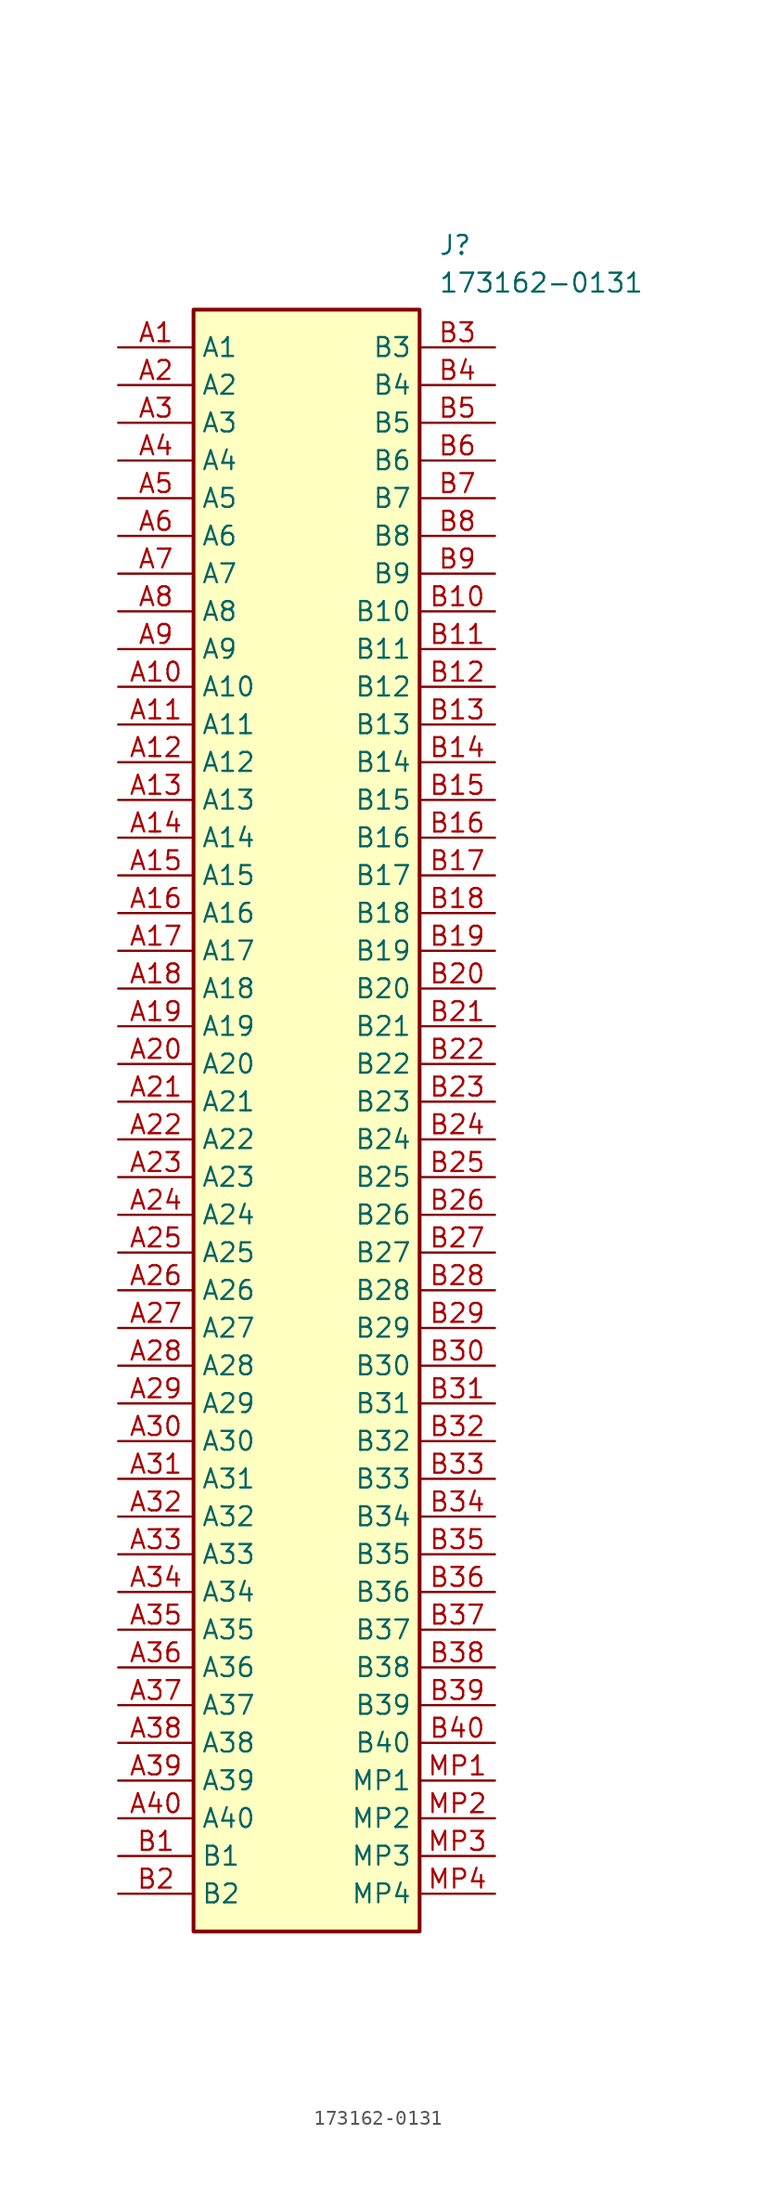
<source format=kicad_sym>
(kicad_symbol_lib
  (version 20241209)
  (generator "kicad_symbol_editor")
  (generator_version "9.0")
  (symbol "173162-0131"
    (property "Reference" "J"
      (at 21.59 7.62 0)
      (effects (font (size 1.27 1.27)) (justify left top)))
    (property "Value" "173162-0131"
      (at 21.59 5.08 0)
      (effects (font (size 1.27 1.27)) (justify left top)))
    (symbol "173162-0131_1_1"
      (rectangle (start 5.08 2.54) (end 20.32 -106.68) (stroke (width 0.254) (type default)) (fill (type background)))
      (pin passive line (at 0 0 0) (length 5.08) (name "A1" (effects (font (size 1.27 1.27)))) (number "A1" (effects (font (size 1.27 1.27)))))
      (pin passive line (at 0 -2.54 0) (length 5.08) (name "A2" (effects (font (size 1.27 1.27)))) (number "A2" (effects (font (size 1.27 1.27)))))
      (pin passive line (at 0 -5.08 0) (length 5.08) (name "A3" (effects (font (size 1.27 1.27)))) (number "A3" (effects (font (size 1.27 1.27)))))
      (pin passive line (at 0 -7.62 0) (length 5.08) (name "A4" (effects (font (size 1.27 1.27)))) (number "A4" (effects (font (size 1.27 1.27)))))
      (pin passive line (at 0 -10.16 0) (length 5.08) (name "A5" (effects (font (size 1.27 1.27)))) (number "A5" (effects (font (size 1.27 1.27)))))
      (pin passive line (at 0 -12.7 0) (length 5.08) (name "A6" (effects (font (size 1.27 1.27)))) (number "A6" (effects (font (size 1.27 1.27)))))
      (pin passive line (at 0 -15.24 0) (length 5.08) (name "A7" (effects (font (size 1.27 1.27)))) (number "A7" (effects (font (size 1.27 1.27)))))
      (pin passive line (at 0 -17.78 0) (length 5.08) (name "A8" (effects (font (size 1.27 1.27)))) (number "A8" (effects (font (size 1.27 1.27)))))
      (pin passive line (at 0 -20.32 0) (length 5.08) (name "A9" (effects (font (size 1.27 1.27)))) (number "A9" (effects (font (size 1.27 1.27)))))
      (pin passive line (at 0 -22.86 0) (length 5.08) (name "A10" (effects (font (size 1.27 1.27)))) (number "A10" (effects (font (size 1.27 1.27)))))
      (pin passive line (at 0 -25.4 0) (length 5.08) (name "A11" (effects (font (size 1.27 1.27)))) (number "A11" (effects (font (size 1.27 1.27)))))
      (pin passive line (at 0 -27.94 0) (length 5.08) (name "A12" (effects (font (size 1.27 1.27)))) (number "A12" (effects (font (size 1.27 1.27)))))
      (pin passive line (at 0 -30.48 0) (length 5.08) (name "A13" (effects (font (size 1.27 1.27)))) (number "A13" (effects (font (size 1.27 1.27)))))
      (pin passive line (at 0 -33.02 0) (length 5.08) (name "A14" (effects (font (size 1.27 1.27)))) (number "A14" (effects (font (size 1.27 1.27)))))
      (pin passive line (at 0 -35.56 0) (length 5.08) (name "A15" (effects (font (size 1.27 1.27)))) (number "A15" (effects (font (size 1.27 1.27)))))
      (pin passive line (at 0 -38.1 0) (length 5.08) (name "A16" (effects (font (size 1.27 1.27)))) (number "A16" (effects (font (size 1.27 1.27)))))
      (pin passive line (at 0 -40.64 0) (length 5.08) (name "A17" (effects (font (size 1.27 1.27)))) (number "A17" (effects (font (size 1.27 1.27)))))
      (pin passive line (at 0 -43.18 0) (length 5.08) (name "A18" (effects (font (size 1.27 1.27)))) (number "A18" (effects (font (size 1.27 1.27)))))
      (pin passive line (at 0 -45.72 0) (length 5.08) (name "A19" (effects (font (size 1.27 1.27)))) (number "A19" (effects (font (size 1.27 1.27)))))
      (pin passive line (at 0 -48.26 0) (length 5.08) (name "A20" (effects (font (size 1.27 1.27)))) (number "A20" (effects (font (size 1.27 1.27)))))
      (pin passive line (at 0 -50.8 0) (length 5.08) (name "A21" (effects (font (size 1.27 1.27)))) (number "A21" (effects (font (size 1.27 1.27)))))
      (pin passive line (at 0 -53.34 0) (length 5.08) (name "A22" (effects (font (size 1.27 1.27)))) (number "A22" (effects (font (size 1.27 1.27)))))
      (pin passive line (at 0 -55.88 0) (length 5.08) (name "A23" (effects (font (size 1.27 1.27)))) (number "A23" (effects (font (size 1.27 1.27)))))
      (pin passive line (at 0 -58.42 0) (length 5.08) (name "A24" (effects (font (size 1.27 1.27)))) (number "A24" (effects (font (size 1.27 1.27)))))
      (pin passive line (at 0 -60.96 0) (length 5.08) (name "A25" (effects (font (size 1.27 1.27)))) (number "A25" (effects (font (size 1.27 1.27)))))
      (pin passive line (at 0 -63.5 0) (length 5.08) (name "A26" (effects (font (size 1.27 1.27)))) (number "A26" (effects (font (size 1.27 1.27)))))
      (pin passive line (at 0 -66.04 0) (length 5.08) (name "A27" (effects (font (size 1.27 1.27)))) (number "A27" (effects (font (size 1.27 1.27)))))
      (pin passive line (at 0 -68.58 0) (length 5.08) (name "A28" (effects (font (size 1.27 1.27)))) (number "A28" (effects (font (size 1.27 1.27)))))
      (pin passive line (at 0 -71.12 0) (length 5.08) (name "A29" (effects (font (size 1.27 1.27)))) (number "A29" (effects (font (size 1.27 1.27)))))
      (pin passive line (at 0 -73.66 0) (length 5.08) (name "A30" (effects (font (size 1.27 1.27)))) (number "A30" (effects (font (size 1.27 1.27)))))
      (pin passive line (at 0 -76.2 0) (length 5.08) (name "A31" (effects (font (size 1.27 1.27)))) (number "A31" (effects (font (size 1.27 1.27)))))
      (pin passive line (at 0 -78.74 0) (length 5.08) (name "A32" (effects (font (size 1.27 1.27)))) (number "A32" (effects (font (size 1.27 1.27)))))
      (pin passive line (at 0 -81.28 0) (length 5.08) (name "A33" (effects (font (size 1.27 1.27)))) (number "A33" (effects (font (size 1.27 1.27)))))
      (pin passive line (at 0 -83.82 0) (length 5.08) (name "A34" (effects (font (size 1.27 1.27)))) (number "A34" (effects (font (size 1.27 1.27)))))
      (pin passive line (at 0 -86.36 0) (length 5.08) (name "A35" (effects (font (size 1.27 1.27)))) (number "A35" (effects (font (size 1.27 1.27)))))
      (pin passive line (at 0 -88.9 0) (length 5.08) (name "A36" (effects (font (size 1.27 1.27)))) (number "A36" (effects (font (size 1.27 1.27)))))
      (pin passive line (at 0 -91.44 0) (length 5.08) (name "A37" (effects (font (size 1.27 1.27)))) (number "A37" (effects (font (size 1.27 1.27)))))
      (pin passive line (at 0 -93.98 0) (length 5.08) (name "A38" (effects (font (size 1.27 1.27)))) (number "A38" (effects (font (size 1.27 1.27)))))
      (pin passive line (at 0 -96.52 0) (length 5.08) (name "A39" (effects (font (size 1.27 1.27)))) (number "A39" (effects (font (size 1.27 1.27)))))
      (pin passive line (at 0 -99.06 0) (length 5.08) (name "A40" (effects (font (size 1.27 1.27)))) (number "A40" (effects (font (size 1.27 1.27)))))
      (pin passive line (at 0 -101.6 0) (length 5.08) (name "B1" (effects (font (size 1.27 1.27)))) (number "B1" (effects (font (size 1.27 1.27)))))
      (pin passive line (at 0 -104.14 0) (length 5.08) (name "B2" (effects (font (size 1.27 1.27)))) (number "B2" (effects (font (size 1.27 1.27)))))
      (pin passive line (at 25.4 0 180) (length 5.08) (name "B3" (effects (font (size 1.27 1.27)))) (number "B3" (effects (font (size 1.27 1.27)))))
      (pin passive line (at 25.4 -2.54 180) (length 5.08) (name "B4" (effects (font (size 1.27 1.27)))) (number "B4" (effects (font (size 1.27 1.27)))))
      (pin passive line (at 25.4 -5.08 180) (length 5.08) (name "B5" (effects (font (size 1.27 1.27)))) (number "B5" (effects (font (size 1.27 1.27)))))
      (pin passive line (at 25.4 -7.62 180) (length 5.08) (name "B6" (effects (font (size 1.27 1.27)))) (number "B6" (effects (font (size 1.27 1.27)))))
      (pin passive line (at 25.4 -10.16 180) (length 5.08) (name "B7" (effects (font (size 1.27 1.27)))) (number "B7" (effects (font (size 1.27 1.27)))))
      (pin passive line (at 25.4 -12.7 180) (length 5.08) (name "B8" (effects (font (size 1.27 1.27)))) (number "B8" (effects (font (size 1.27 1.27)))))
      (pin passive line (at 25.4 -15.24 180) (length 5.08) (name "B9" (effects (font (size 1.27 1.27)))) (number "B9" (effects (font (size 1.27 1.27)))))
      (pin passive line (at 25.4 -17.78 180) (length 5.08) (name "B10" (effects (font (size 1.27 1.27)))) (number "B10" (effects (font (size 1.27 1.27)))))
      (pin passive line (at 25.4 -20.32 180) (length 5.08) (name "B11" (effects (font (size 1.27 1.27)))) (number "B11" (effects (font (size 1.27 1.27)))))
      (pin passive line (at 25.4 -22.86 180) (length 5.08) (name "B12" (effects (font (size 1.27 1.27)))) (number "B12" (effects (font (size 1.27 1.27)))))
      (pin passive line (at 25.4 -25.4 180) (length 5.08) (name "B13" (effects (font (size 1.27 1.27)))) (number "B13" (effects (font (size 1.27 1.27)))))
      (pin passive line (at 25.4 -27.94 180) (length 5.08) (name "B14" (effects (font (size 1.27 1.27)))) (number "B14" (effects (font (size 1.27 1.27)))))
      (pin passive line (at 25.4 -30.48 180) (length 5.08) (name "B15" (effects (font (size 1.27 1.27)))) (number "B15" (effects (font (size 1.27 1.27)))))
      (pin passive line (at 25.4 -33.02 180) (length 5.08) (name "B16" (effects (font (size 1.27 1.27)))) (number "B16" (effects (font (size 1.27 1.27)))))
      (pin passive line (at 25.4 -35.56 180) (length 5.08) (name "B17" (effects (font (size 1.27 1.27)))) (number "B17" (effects (font (size 1.27 1.27)))))
      (pin passive line (at 25.4 -38.1 180) (length 5.08) (name "B18" (effects (font (size 1.27 1.27)))) (number "B18" (effects (font (size 1.27 1.27)))))
      (pin passive line (at 25.4 -40.64 180) (length 5.08) (name "B19" (effects (font (size 1.27 1.27)))) (number "B19" (effects (font (size 1.27 1.27)))))
      (pin passive line (at 25.4 -43.18 180) (length 5.08) (name "B20" (effects (font (size 1.27 1.27)))) (number "B20" (effects (font (size 1.27 1.27)))))
      (pin passive line (at 25.4 -45.72 180) (length 5.08) (name "B21" (effects (font (size 1.27 1.27)))) (number "B21" (effects (font (size 1.27 1.27)))))
      (pin passive line (at 25.4 -48.26 180) (length 5.08) (name "B22" (effects (font (size 1.27 1.27)))) (number "B22" (effects (font (size 1.27 1.27)))))
      (pin passive line (at 25.4 -50.8 180) (length 5.08) (name "B23" (effects (font (size 1.27 1.27)))) (number "B23" (effects (font (size 1.27 1.27)))))
      (pin passive line (at 25.4 -53.34 180) (length 5.08) (name "B24" (effects (font (size 1.27 1.27)))) (number "B24" (effects (font (size 1.27 1.27)))))
      (pin passive line (at 25.4 -55.88 180) (length 5.08) (name "B25" (effects (font (size 1.27 1.27)))) (number "B25" (effects (font (size 1.27 1.27)))))
      (pin passive line (at 25.4 -58.42 180) (length 5.08) (name "B26" (effects (font (size 1.27 1.27)))) (number "B26" (effects (font (size 1.27 1.27)))))
      (pin passive line (at 25.4 -60.96 180) (length 5.08) (name "B27" (effects (font (size 1.27 1.27)))) (number "B27" (effects (font (size 1.27 1.27)))))
      (pin passive line (at 25.4 -63.5 180) (length 5.08) (name "B28" (effects (font (size 1.27 1.27)))) (number "B28" (effects (font (size 1.27 1.27)))))
      (pin passive line (at 25.4 -66.04 180) (length 5.08) (name "B29" (effects (font (size 1.27 1.27)))) (number "B29" (effects (font (size 1.27 1.27)))))
      (pin passive line (at 25.4 -68.58 180) (length 5.08) (name "B30" (effects (font (size 1.27 1.27)))) (number "B30" (effects (font (size 1.27 1.27)))))
      (pin passive line (at 25.4 -71.12 180) (length 5.08) (name "B31" (effects (font (size 1.27 1.27)))) (number "B31" (effects (font (size 1.27 1.27)))))
      (pin passive line (at 25.4 -73.66 180) (length 5.08) (name "B32" (effects (font (size 1.27 1.27)))) (number "B32" (effects (font (size 1.27 1.27)))))
      (pin passive line (at 25.4 -76.2 180) (length 5.08) (name "B33" (effects (font (size 1.27 1.27)))) (number "B33" (effects (font (size 1.27 1.27)))))
      (pin passive line (at 25.4 -78.74 180) (length 5.08) (name "B34" (effects (font (size 1.27 1.27)))) (number "B34" (effects (font (size 1.27 1.27)))))
      (pin passive line (at 25.4 -81.28 180) (length 5.08) (name "B35" (effects (font (size 1.27 1.27)))) (number "B35" (effects (font (size 1.27 1.27)))))
      (pin passive line (at 25.4 -83.82 180) (length 5.08) (name "B36" (effects (font (size 1.27 1.27)))) (number "B36" (effects (font (size 1.27 1.27)))))
      (pin passive line (at 25.4 -86.36 180) (length 5.08) (name "B37" (effects (font (size 1.27 1.27)))) (number "B37" (effects (font (size 1.27 1.27)))))
      (pin passive line (at 25.4 -88.9 180) (length 5.08) (name "B38" (effects (font (size 1.27 1.27)))) (number "B38" (effects (font (size 1.27 1.27)))))
      (pin passive line (at 25.4 -91.44 180) (length 5.08) (name "B39" (effects (font (size 1.27 1.27)))) (number "B39" (effects (font (size 1.27 1.27)))))
      (pin passive line (at 25.4 -93.98 180) (length 5.08) (name "B40" (effects (font (size 1.27 1.27)))) (number "B40" (effects (font (size 1.27 1.27)))))
      (pin passive line (at 25.4 -96.52 180) (length 5.08) (name "MP1" (effects (font (size 1.27 1.27)))) (number "MP1" (effects (font (size 1.27 1.27)))))
      (pin passive line (at 25.4 -99.06 180) (length 5.08) (name "MP2" (effects (font (size 1.27 1.27)))) (number "MP2" (effects (font (size 1.27 1.27)))))
      (pin passive line (at 25.4 -101.6 180) (length 5.08) (name "MP3" (effects (font (size 1.27 1.27)))) (number "MP3" (effects (font (size 1.27 1.27)))))
      (pin passive line (at 25.4 -104.14 180) (length 5.08) (name "MP4" (effects (font (size 1.27 1.27)))) (number "MP4" (effects (font (size 1.27 1.27))))))))
</source>
